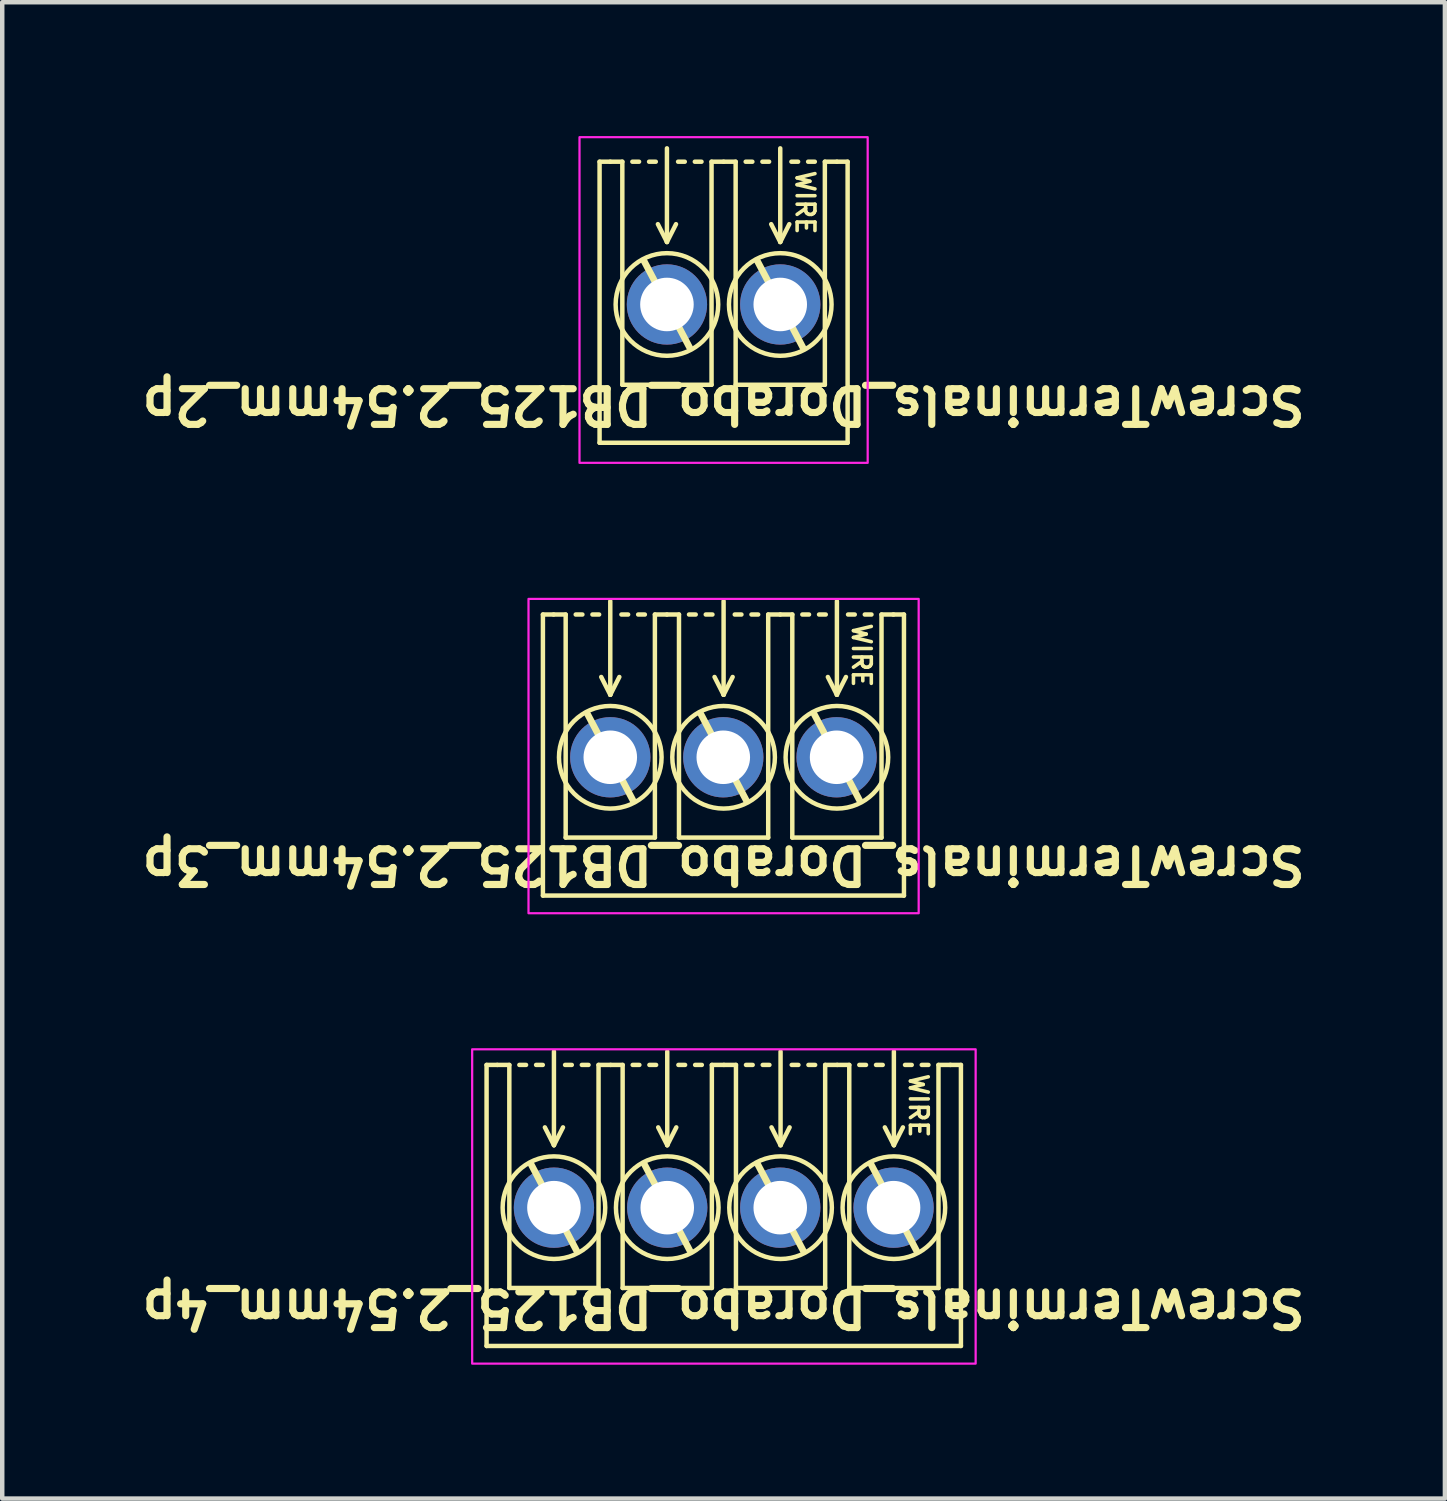
<source format=kicad_pcb>
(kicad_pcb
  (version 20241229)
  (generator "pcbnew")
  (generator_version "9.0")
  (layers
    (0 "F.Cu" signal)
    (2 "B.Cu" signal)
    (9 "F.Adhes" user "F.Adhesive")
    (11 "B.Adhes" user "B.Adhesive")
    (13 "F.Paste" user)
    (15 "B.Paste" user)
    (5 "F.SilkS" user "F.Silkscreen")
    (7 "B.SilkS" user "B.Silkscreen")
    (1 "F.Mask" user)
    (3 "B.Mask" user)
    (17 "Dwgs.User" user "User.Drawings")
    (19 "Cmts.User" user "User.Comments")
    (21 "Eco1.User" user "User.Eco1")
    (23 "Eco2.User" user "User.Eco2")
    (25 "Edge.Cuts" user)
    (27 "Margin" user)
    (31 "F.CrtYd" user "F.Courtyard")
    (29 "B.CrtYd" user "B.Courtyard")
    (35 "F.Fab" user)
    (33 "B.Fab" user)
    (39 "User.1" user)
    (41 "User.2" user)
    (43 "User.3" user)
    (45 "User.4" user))
  (footprint "ScrewTerminals_Dorabo_DB125_2.54mm_2p"
    (layer "F.Cu")
    (at 13.177 3.775)
    (property "Reference" "ScrewTerminals_Dorabo_DB125_2.54mm_2p" (at -0.007 2.25 180) (unlocked yes) (layer "F.SilkS") (effects (font (size 0.8 0.8) (thickness 0.16) (bold yes))))
    (attr through_hole)
    (fp_line (start -2.787 -3.2) (end -2.787 3.1) (stroke (width 0.1) (type default)) (layer "F.SilkS"))
    (fp_line (start -2.787 -3.2) (end -2.547 -3.2) (stroke (width 0.1) (type default)) (layer "F.SilkS"))
    (fp_line (start -2.277 -3.2) (end -2.547 -3.2) (stroke (width 0.1) (type default)) (layer "F.SilkS"))
    (fp_line (start -2.277 1.8) (end -2.277 -3.2) (stroke (width 0.1) (type solid)) (layer "F.SilkS"))
    (fp_line (start -1.902 -3.2) (end -2.052 -3.2) (stroke (width 0.1) (type default)) (layer "F.SilkS"))
    (fp_line (start -1.527 -3.2) (end -1.677 -3.2) (stroke (width 0.1) (type default)) (layer "F.SilkS"))
    (fp_line (start -1.277 -3.5) (end -1.277 -1.4) (stroke (width 0.1) (type default)) (layer "F.SilkS"))
    (fp_line (start -1.277 -1.4) (end -1.48 -1.8) (stroke (width 0.1) (type default)) (layer "F.SilkS"))
    (fp_line (start -1.277 -1.4) (end -1.074 -1.8) (stroke (width 0.1) (type default)) (layer "F.SilkS"))
    (fp_line (start -0.877 -3.2) (end -1.027 -3.2) (stroke (width 0.1) (type default)) (layer "F.SilkS"))
    (fp_line (start -0.769 0.965) (end -1.785 -0.965) (stroke (width 0.15) (type default)) (layer "F.SilkS"))
    (fp_line (start -0.502 -3.2) (end -0.652 -3.2) (stroke (width 0.1) (type default)) (layer "F.SilkS"))
    (fp_line (start -0.277 -3.2) (end -0.277 1.8) (stroke (width 0.1) (type solid)) (layer "F.SilkS"))
    (fp_line (start -0.277 1.8) (end -2.277 1.8) (stroke (width 0.1) (type solid)) (layer "F.SilkS"))
    (fp_line (start -0.007 -3.2) (end -0.277 -3.2) (stroke (width 0.1) (type default)) (layer "F.SilkS"))
    (fp_line (start 0.263 -3.2) (end -0.007 -3.2) (stroke (width 0.1) (type default)) (layer "F.SilkS"))
    (fp_line (start 0.263 1.8) (end 0.263 -3.2) (stroke (width 0.1) (type solid)) (layer "F.SilkS"))
    (fp_line (start 0.638 -3.2) (end 0.488 -3.2) (stroke (width 0.1) (type default)) (layer "F.SilkS"))
    (fp_line (start 1.013 -3.2) (end 0.863 -3.2) (stroke (width 0.1) (type default)) (layer "F.SilkS"))
    (fp_line (start 1.263 -3.5) (end 1.263 -1.4) (stroke (width 0.1) (type default)) (layer "F.SilkS"))
    (fp_line (start 1.263 -1.4) (end 1.06 -1.8) (stroke (width 0.1) (type default)) (layer "F.SilkS"))
    (fp_line (start 1.263 -1.4) (end 1.466 -1.8) (stroke (width 0.1) (type default)) (layer "F.SilkS"))
    (fp_line (start 1.663 -3.2) (end 1.513 -3.2) (stroke (width 0.1) (type default)) (layer "F.SilkS"))
    (fp_line (start 1.771 0.965) (end 0.755 -0.965) (stroke (width 0.15) (type default)) (layer "F.SilkS"))
    (fp_line (start 2.038 -3.2) (end 1.888 -3.2) (stroke (width 0.1) (type default)) (layer "F.SilkS"))
    (fp_line (start 2.263 -3.2) (end 2.263 1.8) (stroke (width 0.1) (type solid)) (layer "F.SilkS"))
    (fp_line (start 2.263 1.8) (end 0.263 1.8) (stroke (width 0.1) (type solid)) (layer "F.SilkS"))
    (fp_line (start 2.533 -3.2) (end 2.263 -3.2) (stroke (width 0.1) (type default)) (layer "F.SilkS"))
    (fp_line (start 2.773 -3.2) (end 2.533 -3.2) (stroke (width 0.1) (type default)) (layer "F.SilkS"))
    (fp_line (start 2.773 -3.2) (end 2.773 3.1) (stroke (width 0.1) (type default)) (layer "F.SilkS"))
    (fp_line (start 2.773 3.1) (end -2.787 3.1) (stroke (width 0.1) (type default)) (layer "F.SilkS"))
    (fp_circle (center -1.277 0) (end -0.127 0) (stroke (width 0.1) (type default)) (fill no) (layer "F.SilkS"))
    (fp_circle (center 1.263 0) (end 2.413 0) (stroke (width 0.1) (type default)) (fill no) (layer "F.SilkS"))
    (fp_rect (start 3.223 3.55) (end -3.237 -3.75) (stroke (width 0.05) (type default)) (fill no) (layer "F.CrtYd"))
    (fp_text user "WIRE" (at 1.822 -2.286 270) (unlocked yes) (layer "F.SilkS") (effects (font (size 0.4 0.4) (thickness 0.08) (bold yes))))
    (pad "1" thru_hole circle (at 1.263 0 180) (size 1.8 1.8) (drill 1.2) (layers "*.Cu" "*.Mask"))
    (pad "2" thru_hole circle (at -1.277 0 180) (size 1.8 1.8) (drill 1.2) (layers "*.Cu" "*.Mask")))
  (footprint "ScrewTerminals_Dorabo_DB125_2.54mm_4p"
    (layer "F.Cu")
    (at 13.17 24.021)
    (property "Reference" "ScrewTerminals_Dorabo_DB125_2.54mm_4p" (at 0 2.25 180) (unlocked yes) (layer "F.SilkS") (effects (font (size 0.8 0.8) (thickness 0.16) (bold yes))))
    (attr through_hole)
    (fp_line (start -5.313 -3.2) (end -5.313 3.1) (stroke (width 0.1) (type default)) (layer "F.SilkS"))
    (fp_line (start -5.313 -3.2) (end -5.073 -3.2) (stroke (width 0.1) (type default)) (layer "F.SilkS"))
    (fp_line (start -4.803 -3.2) (end -5.073 -3.2) (stroke (width 0.1) (type default)) (layer "F.SilkS"))
    (fp_line (start -4.803 1.8) (end -4.803 -3.2) (stroke (width 0.1) (type solid)) (layer "F.SilkS"))
    (fp_line (start -4.428 -3.2) (end -4.578 -3.2) (stroke (width 0.1) (type default)) (layer "F.SilkS"))
    (fp_line (start -4.053 -3.2) (end -4.203 -3.2) (stroke (width 0.1) (type default)) (layer "F.SilkS"))
    (fp_line (start -3.803 -3.5) (end -3.803 -1.4) (stroke (width 0.1) (type default)) (layer "F.SilkS"))
    (fp_line (start -3.803 -1.4) (end -4.006 -1.8) (stroke (width 0.1) (type default)) (layer "F.SilkS"))
    (fp_line (start -3.803 -1.4) (end -3.6 -1.8) (stroke (width 0.1) (type default)) (layer "F.SilkS"))
    (fp_line (start -3.403 -3.2) (end -3.553 -3.2) (stroke (width 0.1) (type default)) (layer "F.SilkS"))
    (fp_line (start -3.295 0.965) (end -4.311 -0.965) (stroke (width 0.15) (type default)) (layer "F.SilkS"))
    (fp_line (start -3.028 -3.2) (end -3.178 -3.2) (stroke (width 0.1) (type default)) (layer "F.SilkS"))
    (fp_line (start -2.803 -3.2) (end -2.803 1.8) (stroke (width 0.1) (type solid)) (layer "F.SilkS"))
    (fp_line (start -2.803 1.8) (end -4.803 1.8) (stroke (width 0.1) (type solid)) (layer "F.SilkS"))
    (fp_line (start -2.533 -3.2) (end -2.803 -3.2) (stroke (width 0.1) (type default)) (layer "F.SilkS"))
    (fp_line (start -2.263 -3.2) (end -2.533 -3.2) (stroke (width 0.1) (type default)) (layer "F.SilkS"))
    (fp_line (start -2.263 1.8) (end -2.263 -3.2) (stroke (width 0.1) (type solid)) (layer "F.SilkS"))
    (fp_line (start -1.888 -3.2) (end -2.038 -3.2) (stroke (width 0.1) (type default)) (layer "F.SilkS"))
    (fp_line (start -1.513 -3.2) (end -1.663 -3.2) (stroke (width 0.1) (type default)) (layer "F.SilkS"))
    (fp_line (start -1.263 -3.5) (end -1.263 -1.4) (stroke (width 0.1) (type default)) (layer "F.SilkS"))
    (fp_line (start -1.263 -1.4) (end -1.466 -1.8) (stroke (width 0.1) (type default)) (layer "F.SilkS"))
    (fp_line (start -1.263 -1.4) (end -1.06 -1.8) (stroke (width 0.1) (type default)) (layer "F.SilkS"))
    (fp_line (start -0.863 -3.2) (end -1.013 -3.2) (stroke (width 0.1) (type default)) (layer "F.SilkS"))
    (fp_line (start -0.755 0.965) (end -1.771 -0.965) (stroke (width 0.15) (type default)) (layer "F.SilkS"))
    (fp_line (start -0.488 -3.2) (end -0.638 -3.2) (stroke (width 0.1) (type default)) (layer "F.SilkS"))
    (fp_line (start -0.263 -3.2) (end -0.263 1.8) (stroke (width 0.1) (type solid)) (layer "F.SilkS"))
    (fp_line (start -0.263 1.8) (end -2.263 1.8) (stroke (width 0.1) (type solid)) (layer "F.SilkS"))
    (fp_line (start 0.007 -3.2) (end -0.263 -3.2) (stroke (width 0.1) (type default)) (layer "F.SilkS"))
    (fp_line (start 0.277 -3.2) (end 0.007 -3.2) (stroke (width 0.1) (type default)) (layer "F.SilkS"))
    (fp_line (start 0.277 1.8) (end 0.277 -3.2) (stroke (width 0.1) (type solid)) (layer "F.SilkS"))
    (fp_line (start 0.652 -3.2) (end 0.502 -3.2) (stroke (width 0.1) (type default)) (layer "F.SilkS"))
    (fp_line (start 1.027 -3.2) (end 0.877 -3.2) (stroke (width 0.1) (type default)) (layer "F.SilkS"))
    (fp_line (start 1.277 -3.5) (end 1.277 -1.4) (stroke (width 0.1) (type default)) (layer "F.SilkS"))
    (fp_line (start 1.277 -1.4) (end 1.074 -1.8) (stroke (width 0.1) (type default)) (layer "F.SilkS"))
    (fp_line (start 1.277 -1.4) (end 1.48 -1.8) (stroke (width 0.1) (type default)) (layer "F.SilkS"))
    (fp_line (start 1.677 -3.2) (end 1.527 -3.2) (stroke (width 0.1) (type default)) (layer "F.SilkS"))
    (fp_line (start 1.785 0.965) (end 0.769 -0.965) (stroke (width 0.15) (type default)) (layer "F.SilkS"))
    (fp_line (start 2.052 -3.2) (end 1.902 -3.2) (stroke (width 0.1) (type default)) (layer "F.SilkS"))
    (fp_line (start 2.277 -3.2) (end 2.277 1.8) (stroke (width 0.1) (type solid)) (layer "F.SilkS"))
    (fp_line (start 2.277 1.8) (end 0.277 1.8) (stroke (width 0.1) (type solid)) (layer "F.SilkS"))
    (fp_line (start 2.547 -3.2) (end 2.277 -3.2) (stroke (width 0.1) (type default)) (layer "F.SilkS"))
    (fp_line (start 2.817 -3.2) (end 2.547 -3.2) (stroke (width 0.1) (type default)) (layer "F.SilkS"))
    (fp_line (start 2.817 1.8) (end 2.817 -3.2) (stroke (width 0.1) (type solid)) (layer "F.SilkS"))
    (fp_line (start 3.192 -3.2) (end 3.042 -3.2) (stroke (width 0.1) (type default)) (layer "F.SilkS"))
    (fp_line (start 3.567 -3.2) (end 3.417 -3.2) (stroke (width 0.1) (type default)) (layer "F.SilkS"))
    (fp_line (start 3.817 -3.5) (end 3.817 -1.4) (stroke (width 0.1) (type default)) (layer "F.SilkS"))
    (fp_line (start 3.817 -1.4) (end 3.614 -1.8) (stroke (width 0.1) (type default)) (layer "F.SilkS"))
    (fp_line (start 3.817 -1.4) (end 4.02 -1.8) (stroke (width 0.1) (type default)) (layer "F.SilkS"))
    (fp_line (start 4.217 -3.2) (end 4.067 -3.2) (stroke (width 0.1) (type default)) (layer "F.SilkS"))
    (fp_line (start 4.325 0.965) (end 3.309 -0.965) (stroke (width 0.15) (type default)) (layer "F.SilkS"))
    (fp_line (start 4.592 -3.2) (end 4.442 -3.2) (stroke (width 0.1) (type default)) (layer "F.SilkS"))
    (fp_line (start 4.817 -3.2) (end 4.817 1.8) (stroke (width 0.1) (type solid)) (layer "F.SilkS"))
    (fp_line (start 4.817 1.8) (end 2.817 1.8) (stroke (width 0.1) (type solid)) (layer "F.SilkS"))
    (fp_line (start 5.087 -3.2) (end 4.817 -3.2) (stroke (width 0.1) (type default)) (layer "F.SilkS"))
    (fp_line (start 5.32 -3.2) (end 5.08 -3.2) (stroke (width 0.1) (type default)) (layer "F.SilkS"))
    (fp_line (start 5.32 -3.2) (end 5.32 3.1) (stroke (width 0.1) (type default)) (layer "F.SilkS"))
    (fp_line (start 5.32 3.1) (end -5.313 3.1) (stroke (width 0.1) (type default)) (layer "F.SilkS"))
    (fp_circle (center -3.803 0) (end -2.653 0) (stroke (width 0.1) (type default)) (fill no) (layer "F.SilkS"))
    (fp_circle (center -1.263 0) (end -0.113 0) (stroke (width 0.1) (type default)) (fill no) (layer "F.SilkS"))
    (fp_circle (center 1.277 0) (end 2.427 0) (stroke (width 0.1) (type default)) (fill no) (layer "F.SilkS"))
    (fp_circle (center 3.817 0) (end 4.967 0) (stroke (width 0.1) (type default)) (fill no) (layer "F.SilkS"))
    (fp_rect (start -5.636 -3.55) (end 5.65 3.496) (stroke (width 0.05) (type default)) (fill no) (layer "F.CrtYd"))
    (fp_text user "WIRE" (at 4.369 -2.286 270) (unlocked yes) (layer "F.SilkS") (effects (font (size 0.4 0.4) (thickness 0.08) (bold yes))))
    (pad "1" thru_hole circle (at 3.81 0 180) (size 1.8 1.8) (drill 1.2) (layers "*.Cu" "*.Mask"))
    (pad "2" thru_hole circle (at 1.27 0 180) (size 1.8 1.8) (drill 1.2) (layers "*.Cu" "*.Mask"))
    (pad "3" thru_hole circle (at -1.263 0 180) (size 1.8 1.8) (drill 1.2) (layers "*.Cu" "*.Mask"))
    (pad "4" thru_hole circle (at -3.803 0 180) (size 1.8 1.8) (drill 1.2) (layers "*.Cu" "*.Mask")))
  (footprint "ScrewTerminals_Dorabo_DB125_2.54mm_3p"
    (layer "F.Cu")
    (at 13.163 13.925)
    (property "Reference" "ScrewTerminals_Dorabo_DB125_2.54mm_3p" (at 0.007 2.413 180) (unlocked yes) (layer "F.SilkS") (effects (font (size 0.8 0.8) (thickness 0.16) (bold yes))))
    (attr through_hole)
    (fp_line (start -4.043 -3.2) (end -4.043 3.1) (stroke (width 0.1) (type default)) (layer "F.SilkS"))
    (fp_line (start -4.043 -3.2) (end -3.803 -3.2) (stroke (width 0.1) (type default)) (layer "F.SilkS"))
    (fp_line (start -3.533 -3.2) (end -3.803 -3.2) (stroke (width 0.1) (type default)) (layer "F.SilkS"))
    (fp_line (start -3.533 1.8) (end -3.533 -3.2) (stroke (width 0.1) (type solid)) (layer "F.SilkS"))
    (fp_line (start -3.158 -3.2) (end -3.308 -3.2) (stroke (width 0.1) (type default)) (layer "F.SilkS"))
    (fp_line (start -2.783 -3.2) (end -2.933 -3.2) (stroke (width 0.1) (type default)) (layer "F.SilkS"))
    (fp_line (start -2.533 -3.5) (end -2.533 -1.4) (stroke (width 0.1) (type default)) (layer "F.SilkS"))
    (fp_line (start -2.533 -1.4) (end -2.736 -1.8) (stroke (width 0.1) (type default)) (layer "F.SilkS"))
    (fp_line (start -2.533 -1.4) (end -2.33 -1.8) (stroke (width 0.1) (type default)) (layer "F.SilkS"))
    (fp_line (start -2.133 -3.2) (end -2.283 -3.2) (stroke (width 0.1) (type default)) (layer "F.SilkS"))
    (fp_line (start -2.025 0.965) (end -3.041 -0.965) (stroke (width 0.15) (type default)) (layer "F.SilkS"))
    (fp_line (start -1.758 -3.2) (end -1.908 -3.2) (stroke (width 0.1) (type default)) (layer "F.SilkS"))
    (fp_line (start -1.533 -3.2) (end -1.533 1.8) (stroke (width 0.1) (type solid)) (layer "F.SilkS"))
    (fp_line (start -1.533 1.8) (end -3.533 1.8) (stroke (width 0.1) (type solid)) (layer "F.SilkS"))
    (fp_line (start -1.263 -3.2) (end -1.533 -3.2) (stroke (width 0.1) (type default)) (layer "F.SilkS"))
    (fp_line (start -0.993 -3.2) (end -1.263 -3.2) (stroke (width 0.1) (type default)) (layer "F.SilkS"))
    (fp_line (start -0.993 1.8) (end -0.993 -3.2) (stroke (width 0.1) (type solid)) (layer "F.SilkS"))
    (fp_line (start -0.618 -3.2) (end -0.768 -3.2) (stroke (width 0.1) (type default)) (layer "F.SilkS"))
    (fp_line (start -0.243 -3.2) (end -0.393 -3.2) (stroke (width 0.1) (type default)) (layer "F.SilkS"))
    (fp_line (start 0.007 -3.5) (end 0.007 -1.4) (stroke (width 0.1) (type default)) (layer "F.SilkS"))
    (fp_line (start 0.007 -1.4) (end -0.196 -1.8) (stroke (width 0.1) (type default)) (layer "F.SilkS"))
    (fp_line (start 0.007 -1.4) (end 0.21 -1.8) (stroke (width 0.1) (type default)) (layer "F.SilkS"))
    (fp_line (start 0.407 -3.2) (end 0.257 -3.2) (stroke (width 0.1) (type default)) (layer "F.SilkS"))
    (fp_line (start 0.515 0.965) (end -0.501 -0.965) (stroke (width 0.15) (type default)) (layer "F.SilkS"))
    (fp_line (start 0.782 -3.2) (end 0.632 -3.2) (stroke (width 0.1) (type default)) (layer "F.SilkS"))
    (fp_line (start 1.007 -3.2) (end 1.007 1.8) (stroke (width 0.1) (type solid)) (layer "F.SilkS"))
    (fp_line (start 1.007 1.8) (end -0.993 1.8) (stroke (width 0.1) (type solid)) (layer "F.SilkS"))
    (fp_line (start 1.277 -3.2) (end 1.007 -3.2) (stroke (width 0.1) (type default)) (layer "F.SilkS"))
    (fp_line (start 1.547 -3.2) (end 1.277 -3.2) (stroke (width 0.1) (type default)) (layer "F.SilkS"))
    (fp_line (start 1.547 1.8) (end 1.547 -3.2) (stroke (width 0.1) (type solid)) (layer "F.SilkS"))
    (fp_line (start 1.922 -3.2) (end 1.772 -3.2) (stroke (width 0.1) (type default)) (layer "F.SilkS"))
    (fp_line (start 2.297 -3.2) (end 2.147 -3.2) (stroke (width 0.1) (type default)) (layer "F.SilkS"))
    (fp_line (start 2.547 -3.5) (end 2.547 -1.4) (stroke (width 0.1) (type default)) (layer "F.SilkS"))
    (fp_line (start 2.547 -1.4) (end 2.344 -1.8) (stroke (width 0.1) (type default)) (layer "F.SilkS"))
    (fp_line (start 2.547 -1.4) (end 2.75 -1.8) (stroke (width 0.1) (type default)) (layer "F.SilkS"))
    (fp_line (start 2.947 -3.2) (end 2.797 -3.2) (stroke (width 0.1) (type default)) (layer "F.SilkS"))
    (fp_line (start 3.055 0.965) (end 2.039 -0.965) (stroke (width 0.15) (type default)) (layer "F.SilkS"))
    (fp_line (start 3.322 -3.2) (end 3.172 -3.2) (stroke (width 0.1) (type default)) (layer "F.SilkS"))
    (fp_line (start 3.547 -3.2) (end 3.547 1.8) (stroke (width 0.1) (type solid)) (layer "F.SilkS"))
    (fp_line (start 3.547 1.8) (end 1.547 1.8) (stroke (width 0.1) (type solid)) (layer "F.SilkS"))
    (fp_line (start 3.817 -3.2) (end 3.547 -3.2) (stroke (width 0.1) (type default)) (layer "F.SilkS"))
    (fp_line (start 4.05 -3.2) (end 3.81 -3.2) (stroke (width 0.1) (type default)) (layer "F.SilkS"))
    (fp_line (start 4.05 -3.2) (end 4.05 3.1) (stroke (width 0.1) (type default)) (layer "F.SilkS"))
    (fp_line (start 4.05 3.1) (end -4.043 3.1) (stroke (width 0.1) (type default)) (layer "F.SilkS"))
    (fp_circle (center -2.533 0) (end -1.383 0) (stroke (width 0.1) (type default)) (fill no) (layer "F.SilkS"))
    (fp_circle (center 0.007 0) (end 1.157 0) (stroke (width 0.1) (type default)) (fill no) (layer "F.SilkS"))
    (fp_circle (center 2.547 0) (end 3.697 0) (stroke (width 0.1) (type default)) (fill no) (layer "F.SilkS"))
    (fp_rect (start -4.366 -3.55) (end 4.38 3.496) (stroke (width 0.05) (type default)) (fill no) (layer "F.CrtYd"))
    (fp_text user "WIRE" (at 3.099 -2.286 270) (unlocked yes) (layer "F.SilkS") (effects (font (size 0.4 0.4) (thickness 0.08) (bold yes))))
    (pad "1" thru_hole circle (at 2.54 0 180) (size 1.8 1.8) (drill 1.2) (layers "*.Cu" "*.Mask"))
    (pad "2" thru_hole circle (at 0 0 180) (size 1.8 1.8) (drill 1.2) (layers "*.Cu" "*.Mask"))
    (pad "3" thru_hole circle (at -2.533 0 180) (size 1.8 1.8) (drill 1.2) (layers "*.Cu" "*.Mask")))
  (gr_rect
    (start -3 -3)
    (end 29.339 30.542)
    (stroke (width 0.1) (type default))
    (fill no)
    (layer "Edge.Cuts")))
</source>
